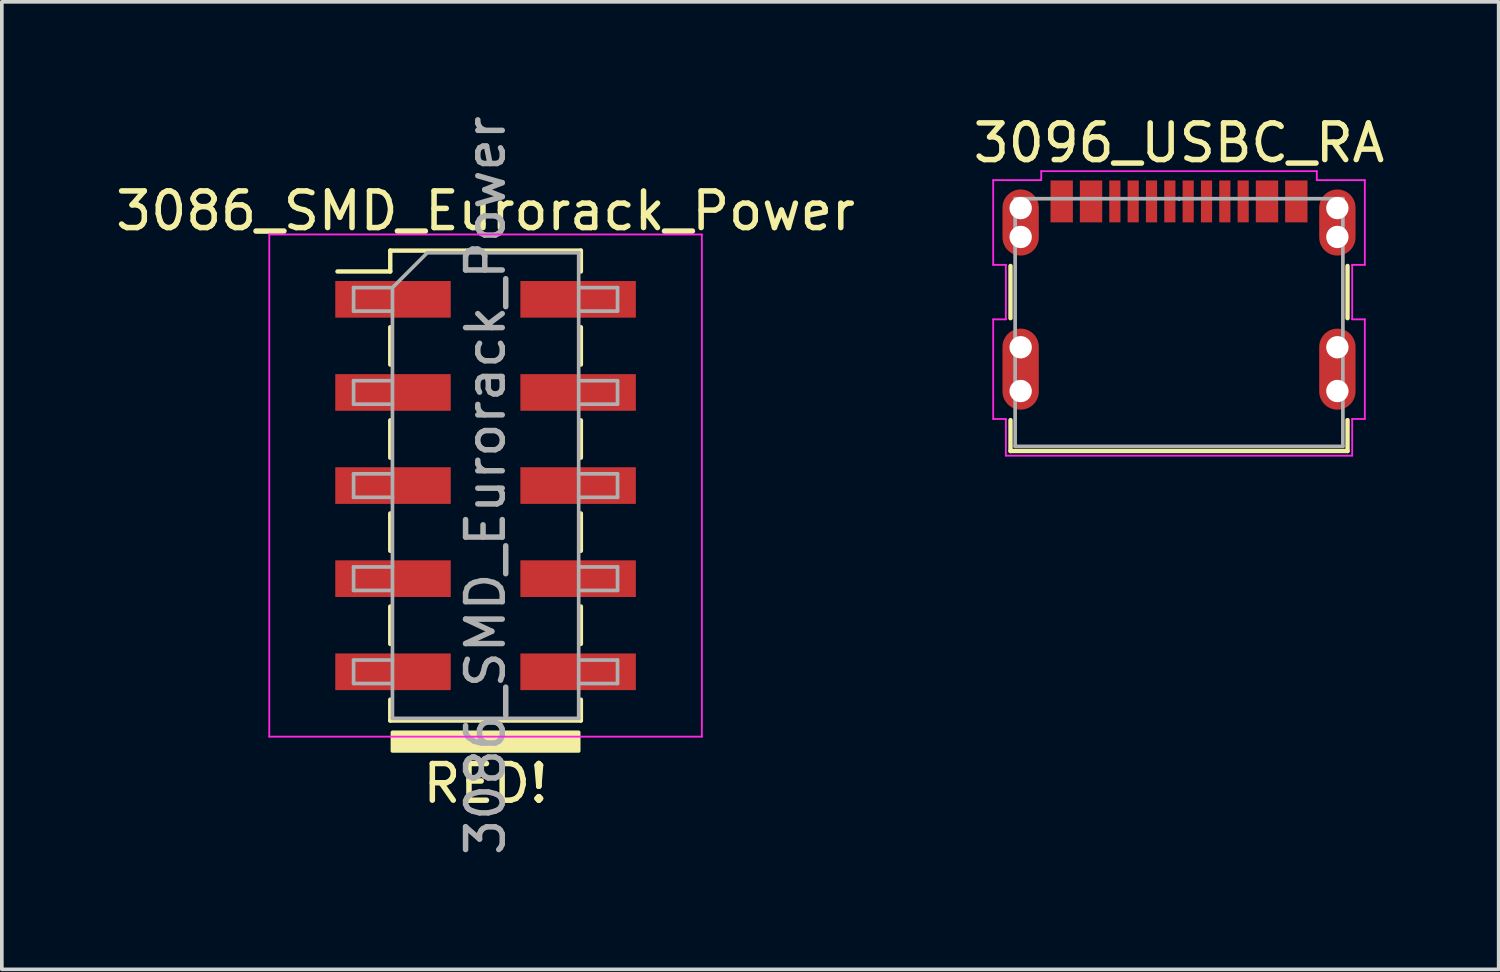
<source format=kicad_pcb>
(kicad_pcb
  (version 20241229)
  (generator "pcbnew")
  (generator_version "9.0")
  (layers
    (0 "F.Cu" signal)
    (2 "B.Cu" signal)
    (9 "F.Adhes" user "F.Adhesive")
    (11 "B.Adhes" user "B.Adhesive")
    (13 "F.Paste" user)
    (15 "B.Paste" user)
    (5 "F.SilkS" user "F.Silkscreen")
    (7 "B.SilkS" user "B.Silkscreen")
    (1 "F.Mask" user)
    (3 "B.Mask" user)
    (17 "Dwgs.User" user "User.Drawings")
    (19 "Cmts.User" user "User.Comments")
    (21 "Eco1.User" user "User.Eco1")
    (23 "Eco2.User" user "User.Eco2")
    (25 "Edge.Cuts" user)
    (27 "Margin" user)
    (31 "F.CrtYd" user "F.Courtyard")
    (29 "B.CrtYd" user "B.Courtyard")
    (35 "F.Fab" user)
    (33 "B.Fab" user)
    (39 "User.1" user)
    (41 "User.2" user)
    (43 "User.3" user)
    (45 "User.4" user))
  (footprint "3086_SMD_Eurorack_Power"
    (layer "F.Cu")
    (at 10.196 10.196)
    (property "Reference" "3086_SMD_Eurorack_Power" (at 0 -7.493 0) (layer "F.SilkS") (effects (font (size 1 1) (thickness 0.15))))
    (attr smd)
    (fp_line (start -4.04 -5.84) (end -2.6 -5.84) (stroke (width 0.12) (type solid)) (layer "F.SilkS"))
    (fp_line (start -2.6 -6.41) (end -2.6 -5.84) (stroke (width 0.12) (type solid)) (layer "F.SilkS"))
    (fp_line (start -2.6 -6.41) (end 2.6 -6.41) (stroke (width 0.12) (type solid)) (layer "F.SilkS"))
    (fp_line (start -2.6 -4.32) (end -2.6 -3.3) (stroke (width 0.12) (type solid)) (layer "F.SilkS"))
    (fp_line (start -2.6 -1.78) (end -2.6 -0.76) (stroke (width 0.12) (type solid)) (layer "F.SilkS"))
    (fp_line (start -2.6 0.76) (end -2.6 1.78) (stroke (width 0.12) (type solid)) (layer "F.SilkS"))
    (fp_line (start -2.6 3.3) (end -2.6 4.32) (stroke (width 0.12) (type solid)) (layer "F.SilkS"))
    (fp_line (start -2.6 5.84) (end -2.6 6.41) (stroke (width 0.12) (type solid)) (layer "F.SilkS"))
    (fp_line (start -2.6 6.41) (end 2.6 6.41) (stroke (width 0.12) (type solid)) (layer "F.SilkS"))
    (fp_line (start 2.6 -6.41) (end 2.6 -5.84) (stroke (width 0.12) (type solid)) (layer "F.SilkS"))
    (fp_line (start 2.6 -4.32) (end 2.6 -3.3) (stroke (width 0.12) (type solid)) (layer "F.SilkS"))
    (fp_line (start 2.6 -1.78) (end 2.6 -0.76) (stroke (width 0.12) (type solid)) (layer "F.SilkS"))
    (fp_line (start 2.6 0.76) (end 2.6 1.78) (stroke (width 0.12) (type solid)) (layer "F.SilkS"))
    (fp_line (start 2.6 3.3) (end 2.6 4.32) (stroke (width 0.12) (type solid)) (layer "F.SilkS"))
    (fp_line (start 2.6 5.84) (end 2.6 6.41) (stroke (width 0.12) (type solid)) (layer "F.SilkS"))
    (fp_poly (pts (xy 2.54 7.239) (xy -2.54 7.239) (xy -2.54 6.731) (xy 2.54 6.731)) (stroke (width 0.1) (type solid)) (fill yes) (layer "F.SilkS"))
    (fp_line (start -5.9 -6.85) (end -5.9 6.85) (stroke (width 0.05) (type solid)) (layer "F.CrtYd"))
    (fp_line (start -5.9 6.85) (end 5.9 6.85) (stroke (width 0.05) (type solid)) (layer "F.CrtYd"))
    (fp_line (start 5.9 -6.85) (end -5.9 -6.85) (stroke (width 0.05) (type solid)) (layer "F.CrtYd"))
    (fp_line (start 5.9 6.85) (end 5.9 -6.85) (stroke (width 0.05) (type solid)) (layer "F.CrtYd"))
    (fp_line (start -3.6 -5.4) (end -3.6 -4.76) (stroke (width 0.1) (type solid)) (layer "F.Fab"))
    (fp_line (start -3.6 -4.76) (end -2.54 -4.76) (stroke (width 0.1) (type solid)) (layer "F.Fab"))
    (fp_line (start -3.6 -2.86) (end -3.6 -2.22) (stroke (width 0.1) (type solid)) (layer "F.Fab"))
    (fp_line (start -3.6 -2.22) (end -2.54 -2.22) (stroke (width 0.1) (type solid)) (layer "F.Fab"))
    (fp_line (start -3.6 -0.32) (end -3.6 0.32) (stroke (width 0.1) (type solid)) (layer "F.Fab"))
    (fp_line (start -3.6 0.32) (end -2.54 0.32) (stroke (width 0.1) (type solid)) (layer "F.Fab"))
    (fp_line (start -3.6 2.22) (end -3.6 2.86) (stroke (width 0.1) (type solid)) (layer "F.Fab"))
    (fp_line (start -3.6 2.86) (end -2.54 2.86) (stroke (width 0.1) (type solid)) (layer "F.Fab"))
    (fp_line (start -3.6 4.76) (end -3.6 5.4) (stroke (width 0.1) (type solid)) (layer "F.Fab"))
    (fp_line (start -3.6 5.4) (end -2.54 5.4) (stroke (width 0.1) (type solid)) (layer "F.Fab"))
    (fp_line (start -2.54 -5.4) (end -3.6 -5.4) (stroke (width 0.1) (type solid)) (layer "F.Fab"))
    (fp_line (start -2.54 -5.4) (end -1.59 -6.35) (stroke (width 0.1) (type solid)) (layer "F.Fab"))
    (fp_line (start -2.54 -2.86) (end -3.6 -2.86) (stroke (width 0.1) (type solid)) (layer "F.Fab"))
    (fp_line (start -2.54 -0.32) (end -3.6 -0.32) (stroke (width 0.1) (type solid)) (layer "F.Fab"))
    (fp_line (start -2.54 2.22) (end -3.6 2.22) (stroke (width 0.1) (type solid)) (layer "F.Fab"))
    (fp_line (start -2.54 4.76) (end -3.6 4.76) (stroke (width 0.1) (type solid)) (layer "F.Fab"))
    (fp_line (start -2.54 6.35) (end -2.54 -5.4) (stroke (width 0.1) (type solid)) (layer "F.Fab"))
    (fp_line (start -1.59 -6.35) (end 2.54 -6.35) (stroke (width 0.1) (type solid)) (layer "F.Fab"))
    (fp_line (start 2.54 -6.35) (end 2.54 6.35) (stroke (width 0.1) (type solid)) (layer "F.Fab"))
    (fp_line (start 2.54 -5.4) (end 3.6 -5.4) (stroke (width 0.1) (type solid)) (layer "F.Fab"))
    (fp_line (start 2.54 -2.86) (end 3.6 -2.86) (stroke (width 0.1) (type solid)) (layer "F.Fab"))
    (fp_line (start 2.54 -0.32) (end 3.6 -0.32) (stroke (width 0.1) (type solid)) (layer "F.Fab"))
    (fp_line (start 2.54 2.22) (end 3.6 2.22) (stroke (width 0.1) (type solid)) (layer "F.Fab"))
    (fp_line (start 2.54 4.76) (end 3.6 4.76) (stroke (width 0.1) (type solid)) (layer "F.Fab"))
    (fp_line (start 2.54 6.35) (end -2.54 6.35) (stroke (width 0.1) (type solid)) (layer "F.Fab"))
    (fp_line (start 3.6 -5.4) (end 3.6 -4.76) (stroke (width 0.1) (type solid)) (layer "F.Fab"))
    (fp_line (start 3.6 -4.76) (end 2.54 -4.76) (stroke (width 0.1) (type solid)) (layer "F.Fab"))
    (fp_line (start 3.6 -2.86) (end 3.6 -2.22) (stroke (width 0.1) (type solid)) (layer "F.Fab"))
    (fp_line (start 3.6 -2.22) (end 2.54 -2.22) (stroke (width 0.1) (type solid)) (layer "F.Fab"))
    (fp_line (start 3.6 -0.32) (end 3.6 0.32) (stroke (width 0.1) (type solid)) (layer "F.Fab"))
    (fp_line (start 3.6 0.32) (end 2.54 0.32) (stroke (width 0.1) (type solid)) (layer "F.Fab"))
    (fp_line (start 3.6 2.22) (end 3.6 2.86) (stroke (width 0.1) (type solid)) (layer "F.Fab"))
    (fp_line (start 3.6 2.86) (end 2.54 2.86) (stroke (width 0.1) (type solid)) (layer "F.Fab"))
    (fp_line (start 3.6 4.76) (end 3.6 5.4) (stroke (width 0.1) (type solid)) (layer "F.Fab"))
    (fp_line (start 3.6 5.4) (end 2.54 5.4) (stroke (width 0.1) (type solid)) (layer "F.Fab"))
    (fp_text user "RED!" (at 0 8.128 0) (layer "F.SilkS") (effects (font (size 1 1) (thickness 0.15))))
    (fp_text user " " (at 0 -7.41 0) (layer "F.SilkS") (effects (font (size 1 1) (thickness 0.15))))
    (fp_text user "${REFERENCE}" (at 0 0 90) (layer "F.Fab") (effects (font (size 1 1) (thickness 0.15))))
    (pad "1" smd rect (at -2.525 -5.08) (size 3.15 1) (layers "F.Cu" "F.Mask" "F.Paste"))
    (pad "2" smd rect (at 2.525 -5.08) (size 3.15 1) (layers "F.Cu" "F.Mask" "F.Paste"))
    (pad "3" smd rect (at -2.525 -2.54) (size 3.15 1) (layers "F.Cu" "F.Mask" "F.Paste"))
    (pad "4" smd rect (at 2.525 -2.54) (size 3.15 1) (layers "F.Cu" "F.Mask" "F.Paste"))
    (pad "5" smd rect (at -2.525 0) (size 3.15 1) (layers "F.Cu" "F.Mask" "F.Paste"))
    (pad "6" smd rect (at 2.525 0) (size 3.15 1) (layers "F.Cu" "F.Mask" "F.Paste"))
    (pad "7" smd rect (at -2.525 2.54) (size 3.15 1) (layers "F.Cu" "F.Mask" "F.Paste"))
    (pad "8" smd rect (at 2.525 2.54) (size 3.15 1) (layers "F.Cu" "F.Mask" "F.Paste"))
    (pad "9" smd rect (at -2.525 5.08) (size 3.15 1) (layers "F.Cu" "F.Mask" "F.Paste"))
    (pad "10" smd rect (at 2.525 5.08) (size 3.15 1) (layers "F.Cu" "F.Mask" "F.Paste")))
  (footprint "3096_USBC_RA"
    (layer "F.Cu")
    (at 29.113 5.748)
    (property "Reference" "3096_USBC_RA" (at 0 -4.9 0) (layer "F.SilkS") (effects (font (size 1 1) (thickness 0.15))))
    (attr through_hole)
    (fp_line (start -4.597 -1.542) (end -4.597 -0.118) (stroke (width 0.12) (type solid)) (layer "F.SilkS"))
    (fp_line (start -4.597 2.662) (end -4.597 3.505) (stroke (width 0.12) (type solid)) (layer "F.SilkS"))
    (fp_line (start -4.597 3.505) (end 4.597 3.505) (stroke (width 0.12) (type solid)) (layer "F.SilkS"))
    (fp_line (start 4.597 -0.118) (end 4.597 -1.542) (stroke (width 0.12) (type solid)) (layer "F.SilkS"))
    (fp_line (start 4.597 3.505) (end 4.597 2.662) (stroke (width 0.12) (type solid)) (layer "F.SilkS"))
    (fp_line (start -5.069 -3.884) (end -5.069 -1.573) (stroke (width 0.05) (type solid)) (layer "F.CrtYd"))
    (fp_line (start -5.069 -1.573) (end -4.724 -1.573) (stroke (width 0.05) (type solid)) (layer "F.CrtYd"))
    (fp_line (start -5.069 -0.087) (end -5.069 2.631) (stroke (width 0.05) (type solid)) (layer "F.CrtYd"))
    (fp_line (start -5.069 2.631) (end -4.724 2.631) (stroke (width 0.05) (type solid)) (layer "F.CrtYd"))
    (fp_line (start -4.724 -1.573) (end -4.724 -0.087) (stroke (width 0.05) (type solid)) (layer "F.CrtYd"))
    (fp_line (start -4.724 -0.087) (end -5.069 -0.087) (stroke (width 0.05) (type solid)) (layer "F.CrtYd"))
    (fp_line (start -4.724 2.631) (end -4.724 3.632) (stroke (width 0.05) (type solid)) (layer "F.CrtYd"))
    (fp_line (start -4.724 3.632) (end 4.724 3.632) (stroke (width 0.05) (type solid)) (layer "F.CrtYd"))
    (fp_line (start -3.759 -4.129) (end -3.759 -3.884) (stroke (width 0.05) (type solid)) (layer "F.CrtYd"))
    (fp_line (start -3.759 -3.884) (end -5.069 -3.884) (stroke (width 0.05) (type solid)) (layer "F.CrtYd"))
    (fp_line (start 3.759 -4.129) (end -3.759 -4.129) (stroke (width 0.05) (type solid)) (layer "F.CrtYd"))
    (fp_line (start 3.759 -3.884) (end 3.759 -4.129) (stroke (width 0.05) (type solid)) (layer "F.CrtYd"))
    (fp_line (start 4.724 -1.573) (end 5.069 -1.573) (stroke (width 0.05) (type solid)) (layer "F.CrtYd"))
    (fp_line (start 4.724 -0.087) (end 4.724 -1.573) (stroke (width 0.05) (type solid)) (layer "F.CrtYd"))
    (fp_line (start 4.724 2.631) (end 5.069 2.631) (stroke (width 0.05) (type solid)) (layer "F.CrtYd"))
    (fp_line (start 4.724 3.632) (end 4.724 2.631) (stroke (width 0.05) (type solid)) (layer "F.CrtYd"))
    (fp_line (start 5.069 -3.884) (end 3.759 -3.884) (stroke (width 0.05) (type solid)) (layer "F.CrtYd"))
    (fp_line (start 5.069 -1.573) (end 5.069 -3.884) (stroke (width 0.05) (type solid)) (layer "F.CrtYd"))
    (fp_line (start 5.069 -0.087) (end 4.724 -0.087) (stroke (width 0.05) (type solid)) (layer "F.CrtYd"))
    (fp_line (start 5.069 2.631) (end 5.069 -0.087) (stroke (width 0.05) (type solid)) (layer "F.CrtYd"))
    (fp_line (start -4.47 -3.378) (end -4.47 3.378) (stroke (width 0.1) (type solid)) (layer "F.Fab"))
    (fp_line (start -4.47 3.378) (end 4.47 3.378) (stroke (width 0.1) (type solid)) (layer "F.Fab"))
    (fp_line (start 0 -3.378) (end 0 -3.378) (stroke (width 0.1) (type solid)) (layer "F.Fab"))
    (fp_line (start 0 -3.378) (end 0 -3.378) (stroke (width 0.1) (type solid)) (layer "F.Fab"))
    (fp_line (start 0 -3.378) (end 0 -3.378) (stroke (width 0.1) (type solid)) (layer "F.Fab"))
    (fp_line (start 0 -3.378) (end 0 -3.378) (stroke (width 0.1) (type solid)) (layer "F.Fab"))
    (fp_line (start 4.47 -3.378) (end -4.47 -3.378) (stroke (width 0.1) (type solid)) (layer "F.Fab"))
    (fp_line (start 4.47 3.378) (end 4.47 -3.378) (stroke (width 0.1) (type solid)) (layer "F.Fab"))
    (pad "" np_thru_hole circle (at -4.32 -3.122) (size 0.61 0.61) (drill 0.61) (layers "*.Cu" "*.Mask"))
    (pad "" np_thru_hole circle (at -4.32 -2.334) (size 0.61 0.61) (drill 0.61) (layers "*.Cu" "*.Mask"))
    (pad "" np_thru_hole circle (at -4.32 0.675) (size 0.61 0.61) (drill 0.61) (layers "*.Cu" "*.Mask"))
    (pad "" np_thru_hole circle (at -4.32 1.869) (size 0.61 0.61) (drill 0.61) (layers "*.Cu" "*.Mask"))
    (pad "" np_thru_hole circle (at 4.32 -3.122) (size 0.61 0.61) (drill 0.61) (layers "*.Cu" "*.Mask"))
    (pad "" np_thru_hole circle (at 4.32 -2.334) (size 0.61 0.61) (drill 0.61) (layers "*.Cu" "*.Mask"))
    (pad "" np_thru_hole circle (at 4.32 0.675) (size 0.61 0.61) (drill 0.61) (layers "*.Cu" "*.Mask"))
    (pad "" np_thru_hole circle (at 4.32 1.869) (size 0.61 0.61) (drill 0.61) (layers "*.Cu" "*.Mask"))
    (pad "13" smd oval (at -4.32 1.272) (size 0.991 2.21) (layers "F.Cu" "F.Mask" "F.Paste"))
    (pad "14" smd oval (at 4.32 1.272) (size 0.991 2.21) (layers "F.Cu" "F.Mask" "F.Paste"))
    (pad "15" smd oval (at -4.32 -2.728) (size 0.991 1.803) (layers "F.Cu" "F.Mask" "F.Paste"))
    (pad "16" smd oval (at 4.32 -2.728) (size 0.991 1.803) (layers "F.Cu" "F.Mask" "F.Paste"))
    (pad "A1/B12" smd rect (at -3.2 -3.303) (size 0.61 1.143) (layers "F.Cu" "F.Mask" "F.Paste"))
    (pad "A4/B9" smd rect (at -2.4 -3.303) (size 0.61 1.143) (layers "F.Cu" "F.Mask" "F.Paste"))
    (pad "A5" smd rect (at -1.25 -3.303) (size 0.305 1.143) (layers "F.Cu" "F.Mask" "F.Paste"))
    (pad "A6" smd rect (at -0.25 -3.303) (size 0.305 1.143) (layers "F.Cu" "F.Mask" "F.Paste"))
    (pad "A7" smd rect (at 0.25 -3.303) (size 0.305 1.143) (layers "F.Cu" "F.Mask" "F.Paste"))
    (pad "A8" smd rect (at 1.25 -3.303) (size 0.305 1.143) (layers "F.Cu" "F.Mask" "F.Paste"))
    (pad "B1/A12" smd rect (at 3.2 -3.303) (size 0.61 1.143) (layers "F.Cu" "F.Mask" "F.Paste"))
    (pad "B4/A9" smd rect (at 2.4 -3.303) (size 0.61 1.143) (layers "F.Cu" "F.Mask" "F.Paste"))
    (pad "B5" smd rect (at 1.75 -3.303) (size 0.305 1.143) (layers "F.Cu" "F.Mask" "F.Paste"))
    (pad "B6" smd rect (at 0.75 -3.303) (size 0.305 1.143) (layers "F.Cu" "F.Mask" "F.Paste"))
    (pad "B7" smd rect (at -0.75 -3.303) (size 0.305 1.143) (layers "F.Cu" "F.Mask" "F.Paste"))
    (pad "B8" smd rect (at -1.75 -3.303) (size 0.305 1.143) (layers "F.Cu" "F.Mask" "F.Paste")))
  (gr_rect
    (start -3 -3)
    (end 37.833 23.393)
    (stroke (width 0.1) (type default))
    (fill no)
    (layer "Edge.Cuts")))
</source>
